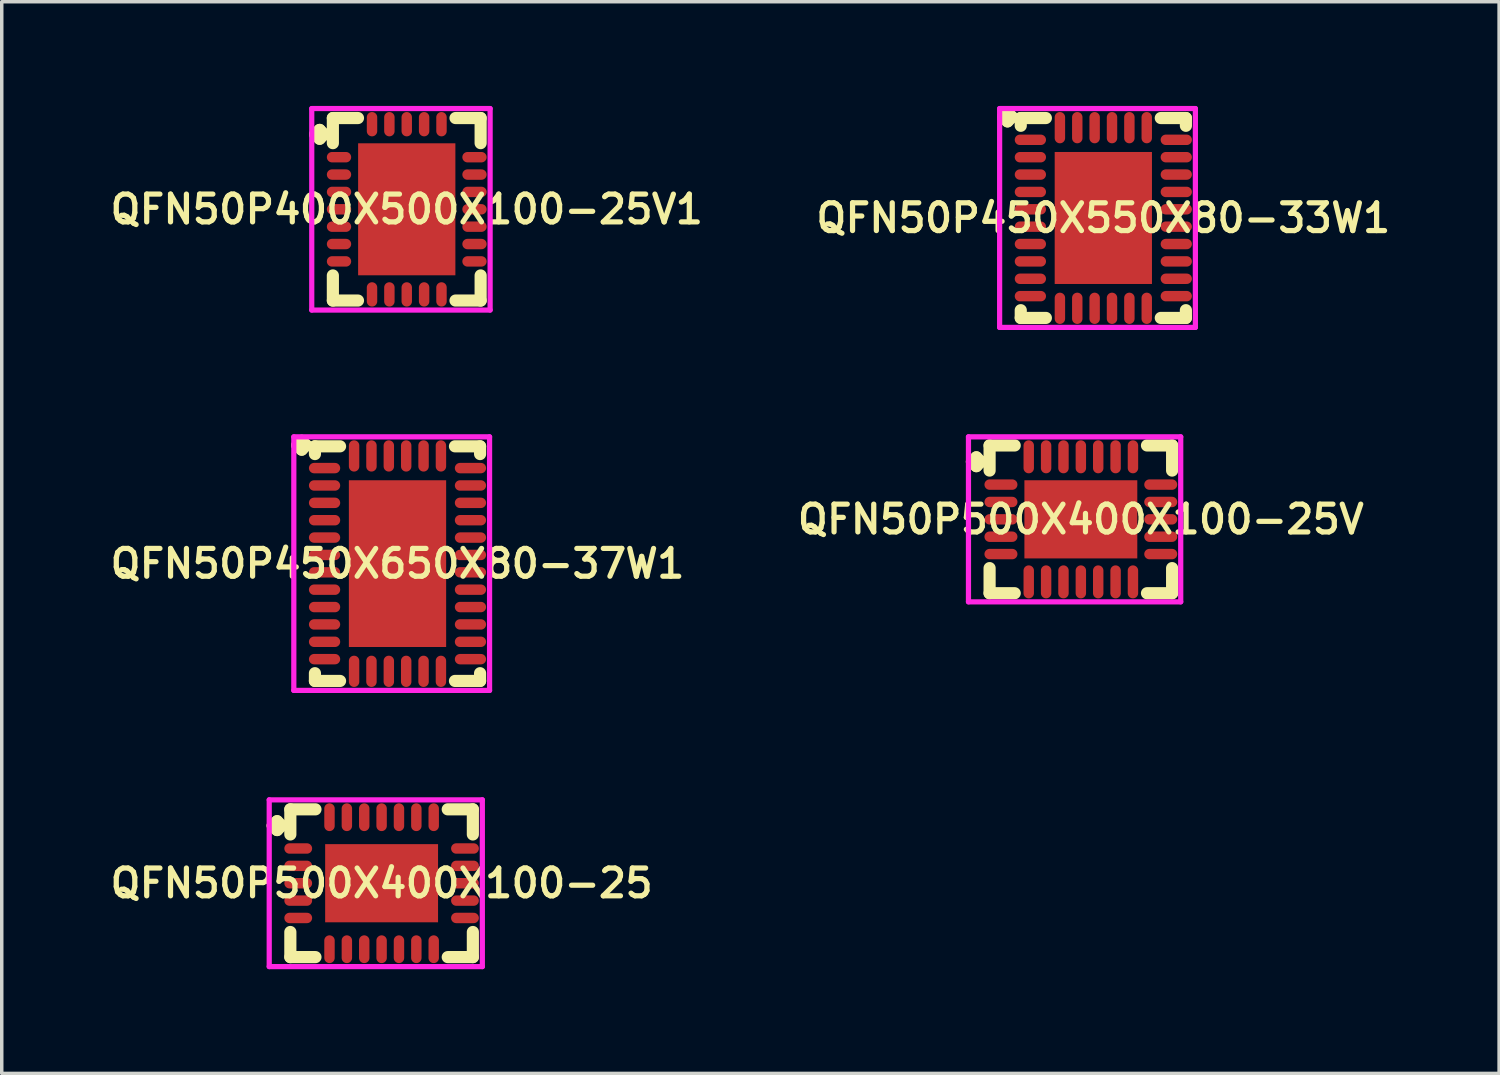
<source format=kicad_pcb>
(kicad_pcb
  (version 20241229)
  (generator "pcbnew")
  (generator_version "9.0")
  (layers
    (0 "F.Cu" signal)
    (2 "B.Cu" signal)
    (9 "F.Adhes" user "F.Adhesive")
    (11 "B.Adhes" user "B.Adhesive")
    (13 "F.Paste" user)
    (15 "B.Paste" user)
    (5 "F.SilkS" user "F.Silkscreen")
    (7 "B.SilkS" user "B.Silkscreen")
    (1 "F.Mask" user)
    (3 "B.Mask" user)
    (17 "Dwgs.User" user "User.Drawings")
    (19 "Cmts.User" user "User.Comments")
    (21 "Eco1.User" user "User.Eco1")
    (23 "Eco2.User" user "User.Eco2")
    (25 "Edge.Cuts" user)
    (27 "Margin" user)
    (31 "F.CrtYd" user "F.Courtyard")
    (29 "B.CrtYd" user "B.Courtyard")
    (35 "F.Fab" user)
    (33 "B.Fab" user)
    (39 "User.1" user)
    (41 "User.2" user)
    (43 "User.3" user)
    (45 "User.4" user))
  (footprint "QFN50P450X650X80-37W1"
    (layer "F.Cu")
    (at 8.393 13.175)
    (property "Reference" "QFN50P450X650X80-37W1" (at 0 0 0) (layer "F.SilkS") (effects (font (size 0.8 0.8) (thickness 0.15))))
    (attr smd)
    (fp_line (start -2.885 -3.408) (end -2.758 -3.535) (stroke (width 0.35) (type solid)) (layer "F.SilkS"))
    (fp_line (start -2.758 -3.535) (end -2.631 -3.408) (stroke (width 0.35) (type solid)) (layer "F.SilkS"))
    (fp_line (start -2.758 -3.281) (end -2.885 -3.408) (stroke (width 0.35) (type solid)) (layer "F.SilkS"))
    (fp_line (start -2.631 -3.408) (end -2.758 -3.281) (stroke (width 0.35) (type solid)) (layer "F.SilkS"))
    (fp_line (start -2.377 -3.377) (end -1.654 -3.377) (stroke (width 0.35) (type solid)) (layer "F.SilkS"))
    (fp_line (start -2.377 -3.154) (end -2.377 -3.377) (stroke (width 0.35) (type solid)) (layer "F.SilkS"))
    (fp_line (start -2.377 3.154) (end -2.377 3.377) (stroke (width 0.35) (type solid)) (layer "F.SilkS"))
    (fp_line (start -2.377 3.377) (end -1.654 3.377) (stroke (width 0.35) (type solid)) (layer "F.SilkS"))
    (fp_line (start 1.654 -3.377) (end 2.377 -3.377) (stroke (width 0.35) (type solid)) (layer "F.SilkS"))
    (fp_line (start 1.654 3.377) (end 2.377 3.377) (stroke (width 0.35) (type solid)) (layer "F.SilkS"))
    (fp_line (start 2.377 -3.377) (end 2.377 -3.154) (stroke (width 0.35) (type solid)) (layer "F.SilkS"))
    (fp_line (start 2.377 3.377) (end 2.377 3.154) (stroke (width 0.35) (type solid)) (layer "F.SilkS"))
    (fp_line (start -2.985 -3.65) (end 2.65 -3.65) (stroke (width 0.15) (type solid)) (layer "F.CrtYd"))
    (fp_line (start -2.985 3.65) (end -2.985 -3.65) (stroke (width 0.15) (type solid)) (layer "F.CrtYd"))
    (fp_line (start 2.65 -3.65) (end 2.65 3.65) (stroke (width 0.15) (type solid)) (layer "F.CrtYd"))
    (fp_line (start 2.65 3.65) (end -2.985 3.65) (stroke (width 0.15) (type solid)) (layer "F.CrtYd"))
    (pad "1" smd oval (at -2.1 -2.75) (size 0.9 0.3) (layers "F.Cu" "F.Mask" "F.Paste"))
    (pad "2" smd oval (at -2.1 -2.25) (size 0.9 0.3) (layers "F.Cu" "F.Mask" "F.Paste"))
    (pad "3" smd oval (at -2.1 -1.75) (size 0.9 0.3) (layers "F.Cu" "F.Mask" "F.Paste"))
    (pad "4" smd oval (at -2.1 -1.25) (size 0.9 0.3) (layers "F.Cu" "F.Mask" "F.Paste"))
    (pad "5" smd oval (at -2.1 -0.75) (size 0.9 0.3) (layers "F.Cu" "F.Mask" "F.Paste"))
    (pad "6" smd oval (at -2.1 -0.25) (size 0.9 0.3) (layers "F.Cu" "F.Mask" "F.Paste"))
    (pad "7" smd oval (at -2.1 0.25) (size 0.9 0.3) (layers "F.Cu" "F.Mask" "F.Paste"))
    (pad "8" smd oval (at -2.1 0.75) (size 0.9 0.3) (layers "F.Cu" "F.Mask" "F.Paste"))
    (pad "9" smd oval (at -2.1 1.25) (size 0.9 0.3) (layers "F.Cu" "F.Mask" "F.Paste"))
    (pad "10" smd oval (at -2.1 1.75) (size 0.9 0.3) (layers "F.Cu" "F.Mask" "F.Paste"))
    (pad "11" smd oval (at -2.1 2.25) (size 0.9 0.3) (layers "F.Cu" "F.Mask" "F.Paste"))
    (pad "12" smd oval (at -2.1 2.75) (size 0.9 0.3) (layers "F.Cu" "F.Mask" "F.Paste"))
    (pad "13" smd oval (at -1.25 3.1) (size 0.3 0.9) (layers "F.Cu" "F.Mask" "F.Paste"))
    (pad "14" smd oval (at -0.75 3.1) (size 0.3 0.9) (layers "F.Cu" "F.Mask" "F.Paste"))
    (pad "15" smd oval (at -0.25 3.1) (size 0.3 0.9) (layers "F.Cu" "F.Mask" "F.Paste"))
    (pad "16" smd oval (at 0.25 3.1) (size 0.3 0.9) (layers "F.Cu" "F.Mask" "F.Paste"))
    (pad "17" smd oval (at 0.75 3.1) (size 0.3 0.9) (layers "F.Cu" "F.Mask" "F.Paste"))
    (pad "18" smd oval (at 1.25 3.1) (size 0.3 0.9) (layers "F.Cu" "F.Mask" "F.Paste"))
    (pad "19" smd oval (at 2.1 2.75) (size 0.9 0.3) (layers "F.Cu" "F.Mask" "F.Paste"))
    (pad "20" smd oval (at 2.1 2.25) (size 0.9 0.3) (layers "F.Cu" "F.Mask" "F.Paste"))
    (pad "21" smd oval (at 2.1 1.75) (size 0.9 0.3) (layers "F.Cu" "F.Mask" "F.Paste"))
    (pad "22" smd oval (at 2.1 1.25) (size 0.9 0.3) (layers "F.Cu" "F.Mask" "F.Paste"))
    (pad "23" smd oval (at 2.1 0.75) (size 0.9 0.3) (layers "F.Cu" "F.Mask" "F.Paste"))
    (pad "24" smd oval (at 2.1 0.25) (size 0.9 0.3) (layers "F.Cu" "F.Mask" "F.Paste"))
    (pad "25" smd oval (at 2.1 -0.25) (size 0.9 0.3) (layers "F.Cu" "F.Mask" "F.Paste"))
    (pad "26" smd oval (at 2.1 -0.75) (size 0.9 0.3) (layers "F.Cu" "F.Mask" "F.Paste"))
    (pad "27" smd oval (at 2.1 -1.25) (size 0.9 0.3) (layers "F.Cu" "F.Mask" "F.Paste"))
    (pad "28" smd oval (at 2.1 -1.75) (size 0.9 0.3) (layers "F.Cu" "F.Mask" "F.Paste"))
    (pad "29" smd oval (at 2.1 -2.25) (size 0.9 0.3) (layers "F.Cu" "F.Mask" "F.Paste"))
    (pad "30" smd oval (at 2.1 -2.75) (size 0.9 0.3) (layers "F.Cu" "F.Mask" "F.Paste"))
    (pad "31" smd oval (at 1.25 -3.1) (size 0.3 0.9) (layers "F.Cu" "F.Mask" "F.Paste"))
    (pad "32" smd oval (at 0.75 -3.1) (size 0.3 0.9) (layers "F.Cu" "F.Mask" "F.Paste"))
    (pad "33" smd oval (at 0.25 -3.1) (size 0.3 0.9) (layers "F.Cu" "F.Mask" "F.Paste"))
    (pad "34" smd oval (at -0.25 -3.1) (size 0.3 0.9) (layers "F.Cu" "F.Mask" "F.Paste"))
    (pad "35" smd oval (at -0.75 -3.1) (size 0.3 0.9) (layers "F.Cu" "F.Mask" "F.Paste"))
    (pad "36" smd oval (at -1.25 -3.1) (size 0.3 0.9) (layers "F.Cu" "F.Mask" "F.Paste"))
    (pad "37" smd rect (at 0 0) (size 2.8 4.8) (layers "F.Cu" "F.Mask" "F.Paste")))
  (footprint "QFN50P400X500X100-25V1"
    (layer "F.Cu")
    (at 8.659 2.975)
    (property "Reference" "QFN50P400X500X100-25V1" (at 0 0 0) (layer "F.SilkS") (effects (font (size 0.8 0.8) (thickness 0.15))))
    (attr smd)
    (fp_line (start -2.635 -2.158) (end -2.508 -2.285) (stroke (width 0.35) (type solid)) (layer "F.SilkS"))
    (fp_line (start -2.508 -2.285) (end -2.381 -2.158) (stroke (width 0.35) (type solid)) (layer "F.SilkS"))
    (fp_line (start -2.508 -2.031) (end -2.635 -2.158) (stroke (width 0.35) (type solid)) (layer "F.SilkS"))
    (fp_line (start -2.381 -2.158) (end -2.508 -2.031) (stroke (width 0.35) (type solid)) (layer "F.SilkS"))
    (fp_line (start -2.127 -2.627) (end -1.404 -2.627) (stroke (width 0.35) (type solid)) (layer "F.SilkS"))
    (fp_line (start -2.127 -1.904) (end -2.127 -2.627) (stroke (width 0.35) (type solid)) (layer "F.SilkS"))
    (fp_line (start -2.127 1.904) (end -2.127 2.627) (stroke (width 0.35) (type solid)) (layer "F.SilkS"))
    (fp_line (start -2.127 2.627) (end -1.404 2.627) (stroke (width 0.35) (type solid)) (layer "F.SilkS"))
    (fp_line (start 1.404 -2.627) (end 2.127 -2.627) (stroke (width 0.35) (type solid)) (layer "F.SilkS"))
    (fp_line (start 1.404 2.627) (end 2.127 2.627) (stroke (width 0.35) (type solid)) (layer "F.SilkS"))
    (fp_line (start 2.127 -2.627) (end 2.127 -1.904) (stroke (width 0.35) (type solid)) (layer "F.SilkS"))
    (fp_line (start 2.127 2.627) (end 2.127 1.904) (stroke (width 0.35) (type solid)) (layer "F.SilkS"))
    (fp_line (start -2.735 -2.9) (end 2.4 -2.9) (stroke (width 0.15) (type solid)) (layer "F.CrtYd"))
    (fp_line (start -2.735 2.9) (end -2.735 -2.9) (stroke (width 0.15) (type solid)) (layer "F.CrtYd"))
    (fp_line (start 2.4 -2.9) (end 2.4 2.9) (stroke (width 0.15) (type solid)) (layer "F.CrtYd"))
    (fp_line (start 2.4 2.9) (end -2.735 2.9) (stroke (width 0.15) (type solid)) (layer "F.CrtYd"))
    (pad "1" smd oval (at -1.95 -1.5) (size 0.7 0.3) (layers "F.Cu" "F.Mask" "F.Paste"))
    (pad "2" smd oval (at -1.95 -1) (size 0.7 0.3) (layers "F.Cu" "F.Mask" "F.Paste"))
    (pad "3" smd oval (at -1.95 -0.5) (size 0.7 0.3) (layers "F.Cu" "F.Mask" "F.Paste"))
    (pad "4" smd oval (at -1.95 0) (size 0.7 0.3) (layers "F.Cu" "F.Mask" "F.Paste"))
    (pad "5" smd oval (at -1.95 0.5) (size 0.7 0.3) (layers "F.Cu" "F.Mask" "F.Paste"))
    (pad "6" smd oval (at -1.95 1) (size 0.7 0.3) (layers "F.Cu" "F.Mask" "F.Paste"))
    (pad "7" smd oval (at -1.95 1.5) (size 0.7 0.3) (layers "F.Cu" "F.Mask" "F.Paste"))
    (pad "8" smd oval (at -1 2.45) (size 0.3 0.7) (layers "F.Cu" "F.Mask" "F.Paste"))
    (pad "9" smd oval (at -0.5 2.45) (size 0.3 0.7) (layers "F.Cu" "F.Mask" "F.Paste"))
    (pad "10" smd oval (at 0 2.45) (size 0.3 0.7) (layers "F.Cu" "F.Mask" "F.Paste"))
    (pad "11" smd oval (at 0.5 2.45) (size 0.3 0.7) (layers "F.Cu" "F.Mask" "F.Paste"))
    (pad "12" smd oval (at 1 2.45) (size 0.3 0.7) (layers "F.Cu" "F.Mask" "F.Paste"))
    (pad "13" smd oval (at 1.95 1.5) (size 0.7 0.3) (layers "F.Cu" "F.Mask" "F.Paste"))
    (pad "14" smd oval (at 1.95 1) (size 0.7 0.3) (layers "F.Cu" "F.Mask" "F.Paste"))
    (pad "15" smd oval (at 1.95 0.5) (size 0.7 0.3) (layers "F.Cu" "F.Mask" "F.Paste"))
    (pad "16" smd oval (at 1.95 0) (size 0.7 0.3) (layers "F.Cu" "F.Mask" "F.Paste"))
    (pad "17" smd oval (at 1.95 -0.5) (size 0.7 0.3) (layers "F.Cu" "F.Mask" "F.Paste"))
    (pad "18" smd oval (at 1.95 -1) (size 0.7 0.3) (layers "F.Cu" "F.Mask" "F.Paste"))
    (pad "19" smd oval (at 1.95 -1.5) (size 0.7 0.3) (layers "F.Cu" "F.Mask" "F.Paste"))
    (pad "20" smd oval (at 1 -2.45) (size 0.3 0.7) (layers "F.Cu" "F.Mask" "F.Paste"))
    (pad "21" smd oval (at 0.5 -2.45) (size 0.3 0.7) (layers "F.Cu" "F.Mask" "F.Paste"))
    (pad "22" smd oval (at 0 -2.45) (size 0.3 0.7) (layers "F.Cu" "F.Mask" "F.Paste"))
    (pad "23" smd oval (at -0.5 -2.45) (size 0.3 0.7) (layers "F.Cu" "F.Mask" "F.Paste"))
    (pad "24" smd oval (at -1 -2.45) (size 0.3 0.7) (layers "F.Cu" "F.Mask" "F.Paste"))
    (pad "25" smd rect (at 0 0) (size 2.8 3.8) (layers "F.Cu" "F.Mask" "F.Paste")))
  (footprint "QFN50P500X400X100-25"
    (layer "F.Cu")
    (at 7.935 22.375)
    (property "Reference" "QFN50P500X400X100-25" (at 0 0 0) (layer "F.SilkS") (effects (font (size 0.8 0.8) (thickness 0.15))))
    (attr smd)
    (fp_line (start -3.135 -1.658) (end -3.008 -1.785) (stroke (width 0.35) (type solid)) (layer "F.SilkS"))
    (fp_line (start -3.008 -1.785) (end -2.881 -1.658) (stroke (width 0.35) (type solid)) (layer "F.SilkS"))
    (fp_line (start -3.008 -1.531) (end -3.135 -1.658) (stroke (width 0.35) (type solid)) (layer "F.SilkS"))
    (fp_line (start -2.881 -1.658) (end -3.008 -1.531) (stroke (width 0.35) (type solid)) (layer "F.SilkS"))
    (fp_line (start -2.627 -2.127) (end -1.904 -2.127) (stroke (width 0.35) (type solid)) (layer "F.SilkS"))
    (fp_line (start -2.627 -1.404) (end -2.627 -2.127) (stroke (width 0.35) (type solid)) (layer "F.SilkS"))
    (fp_line (start -2.627 1.404) (end -2.627 2.127) (stroke (width 0.35) (type solid)) (layer "F.SilkS"))
    (fp_line (start -2.627 2.127) (end -1.904 2.127) (stroke (width 0.35) (type solid)) (layer "F.SilkS"))
    (fp_line (start 1.904 -2.127) (end 2.627 -2.127) (stroke (width 0.35) (type solid)) (layer "F.SilkS"))
    (fp_line (start 1.904 2.127) (end 2.627 2.127) (stroke (width 0.35) (type solid)) (layer "F.SilkS"))
    (fp_line (start 2.627 -2.127) (end 2.627 -1.404) (stroke (width 0.35) (type solid)) (layer "F.SilkS"))
    (fp_line (start 2.627 2.127) (end 2.627 1.404) (stroke (width 0.35) (type solid)) (layer "F.SilkS"))
    (fp_line (start -3.235 -2.4) (end 2.9 -2.4) (stroke (width 0.15) (type solid)) (layer "F.CrtYd"))
    (fp_line (start -3.235 2.4) (end -3.235 -2.4) (stroke (width 0.15) (type solid)) (layer "F.CrtYd"))
    (fp_line (start 2.9 -2.4) (end 2.9 2.4) (stroke (width 0.15) (type solid)) (layer "F.CrtYd"))
    (fp_line (start 2.9 2.4) (end -3.235 2.4) (stroke (width 0.15) (type solid)) (layer "F.CrtYd"))
    (pad "1" smd oval (at -2.4 -1) (size 0.8 0.3) (layers "F.Cu" "F.Mask" "F.Paste"))
    (pad "2" smd oval (at -2.4 -0.5) (size 0.8 0.3) (layers "F.Cu" "F.Mask" "F.Paste"))
    (pad "3" smd oval (at -2.4 0) (size 0.8 0.3) (layers "F.Cu" "F.Mask" "F.Paste"))
    (pad "4" smd oval (at -2.4 0.5) (size 0.8 0.3) (layers "F.Cu" "F.Mask" "F.Paste"))
    (pad "5" smd oval (at -2.4 1) (size 0.8 0.3) (layers "F.Cu" "F.Mask" "F.Paste"))
    (pad "6" smd oval (at -1.5 1.9) (size 0.3 0.8) (layers "F.Cu" "F.Mask" "F.Paste"))
    (pad "7" smd oval (at -1 1.9) (size 0.3 0.8) (layers "F.Cu" "F.Mask" "F.Paste"))
    (pad "8" smd oval (at -0.5 1.9) (size 0.3 0.8) (layers "F.Cu" "F.Mask" "F.Paste"))
    (pad "9" smd oval (at 0 1.9) (size 0.3 0.8) (layers "F.Cu" "F.Mask" "F.Paste"))
    (pad "10" smd oval (at 0.5 1.9) (size 0.3 0.8) (layers "F.Cu" "F.Mask" "F.Paste"))
    (pad "11" smd oval (at 1 1.9) (size 0.3 0.8) (layers "F.Cu" "F.Mask" "F.Paste"))
    (pad "12" smd oval (at 1.5 1.9) (size 0.3 0.8) (layers "F.Cu" "F.Mask" "F.Paste"))
    (pad "13" smd oval (at 2.4 1) (size 0.8 0.3) (layers "F.Cu" "F.Mask" "F.Paste"))
    (pad "14" smd oval (at 2.4 0.5) (size 0.8 0.3) (layers "F.Cu" "F.Mask" "F.Paste"))
    (pad "15" smd oval (at 2.4 0) (size 0.8 0.3) (layers "F.Cu" "F.Mask" "F.Paste"))
    (pad "16" smd oval (at 2.4 -0.5) (size 0.8 0.3) (layers "F.Cu" "F.Mask" "F.Paste"))
    (pad "17" smd oval (at 2.4 -1) (size 0.8 0.3) (layers "F.Cu" "F.Mask" "F.Paste"))
    (pad "18" smd oval (at 1.5 -1.9) (size 0.3 0.8) (layers "F.Cu" "F.Mask" "F.Paste"))
    (pad "19" smd oval (at 1 -1.9) (size 0.3 0.8) (layers "F.Cu" "F.Mask" "F.Paste"))
    (pad "20" smd oval (at 0.5 -1.9) (size 0.3 0.8) (layers "F.Cu" "F.Mask" "F.Paste"))
    (pad "21" smd oval (at 0 -1.9) (size 0.3 0.8) (layers "F.Cu" "F.Mask" "F.Paste"))
    (pad "22" smd oval (at -0.5 -1.9) (size 0.3 0.8) (layers "F.Cu" "F.Mask" "F.Paste"))
    (pad "23" smd oval (at -1 -1.9) (size 0.3 0.8) (layers "F.Cu" "F.Mask" "F.Paste"))
    (pad "24" smd oval (at -1.5 -1.9) (size 0.3 0.8) (layers "F.Cu" "F.Mask" "F.Paste"))
    (pad "25" smd rect (at 0 0) (size 3.25 2.25) (layers "F.Cu" "F.Mask" "F.Paste")))
  (footprint "QFN50P450X550X80-33W1"
    (layer "F.Cu")
    (at 28.711 3.225)
    (property "Reference" "QFN50P450X550X80-33W1" (at 0 0 0) (layer "F.SilkS") (effects (font (size 0.8 0.8) (thickness 0.15))))
    (attr smd)
    (fp_line (start -2.885 -2.908) (end -2.758 -3.035) (stroke (width 0.35) (type solid)) (layer "F.SilkS"))
    (fp_line (start -2.758 -3.035) (end -2.631 -2.908) (stroke (width 0.35) (type solid)) (layer "F.SilkS"))
    (fp_line (start -2.758 -2.781) (end -2.885 -2.908) (stroke (width 0.35) (type solid)) (layer "F.SilkS"))
    (fp_line (start -2.631 -2.908) (end -2.758 -2.781) (stroke (width 0.35) (type solid)) (layer "F.SilkS"))
    (fp_line (start -2.377 -2.877) (end -1.654 -2.877) (stroke (width 0.35) (type solid)) (layer "F.SilkS"))
    (fp_line (start -2.377 -2.654) (end -2.377 -2.877) (stroke (width 0.35) (type solid)) (layer "F.SilkS"))
    (fp_line (start -2.377 2.654) (end -2.377 2.877) (stroke (width 0.35) (type solid)) (layer "F.SilkS"))
    (fp_line (start -2.377 2.877) (end -1.654 2.877) (stroke (width 0.35) (type solid)) (layer "F.SilkS"))
    (fp_line (start 1.654 -2.877) (end 2.377 -2.877) (stroke (width 0.35) (type solid)) (layer "F.SilkS"))
    (fp_line (start 1.654 2.877) (end 2.377 2.877) (stroke (width 0.35) (type solid)) (layer "F.SilkS"))
    (fp_line (start 2.377 -2.877) (end 2.377 -2.654) (stroke (width 0.35) (type solid)) (layer "F.SilkS"))
    (fp_line (start 2.377 2.877) (end 2.377 2.654) (stroke (width 0.35) (type solid)) (layer "F.SilkS"))
    (fp_line (start -2.985 -3.15) (end 2.65 -3.15) (stroke (width 0.15) (type solid)) (layer "F.CrtYd"))
    (fp_line (start -2.985 3.15) (end -2.985 -3.15) (stroke (width 0.15) (type solid)) (layer "F.CrtYd"))
    (fp_line (start 2.65 -3.15) (end 2.65 3.15) (stroke (width 0.15) (type solid)) (layer "F.CrtYd"))
    (fp_line (start 2.65 3.15) (end -2.985 3.15) (stroke (width 0.15) (type solid)) (layer "F.CrtYd"))
    (pad "1" smd oval (at -2.1 -2.25) (size 0.9 0.3) (layers "F.Cu" "F.Mask" "F.Paste"))
    (pad "2" smd oval (at -2.1 -1.75) (size 0.9 0.3) (layers "F.Cu" "F.Mask" "F.Paste"))
    (pad "3" smd oval (at -2.1 -1.25) (size 0.9 0.3) (layers "F.Cu" "F.Mask" "F.Paste"))
    (pad "4" smd oval (at -2.1 -0.75) (size 0.9 0.3) (layers "F.Cu" "F.Mask" "F.Paste"))
    (pad "5" smd oval (at -2.1 -0.25) (size 0.9 0.3) (layers "F.Cu" "F.Mask" "F.Paste"))
    (pad "6" smd oval (at -2.1 0.25) (size 0.9 0.3) (layers "F.Cu" "F.Mask" "F.Paste"))
    (pad "7" smd oval (at -2.1 0.75) (size 0.9 0.3) (layers "F.Cu" "F.Mask" "F.Paste"))
    (pad "8" smd oval (at -2.1 1.25) (size 0.9 0.3) (layers "F.Cu" "F.Mask" "F.Paste"))
    (pad "9" smd oval (at -2.1 1.75) (size 0.9 0.3) (layers "F.Cu" "F.Mask" "F.Paste"))
    (pad "10" smd oval (at -2.1 2.25) (size 0.9 0.3) (layers "F.Cu" "F.Mask" "F.Paste"))
    (pad "11" smd oval (at -1.25 2.6) (size 0.3 0.9) (layers "F.Cu" "F.Mask" "F.Paste"))
    (pad "12" smd oval (at -0.75 2.6) (size 0.3 0.9) (layers "F.Cu" "F.Mask" "F.Paste"))
    (pad "13" smd oval (at -0.25 2.6) (size 0.3 0.9) (layers "F.Cu" "F.Mask" "F.Paste"))
    (pad "14" smd oval (at 0.25 2.6) (size 0.3 0.9) (layers "F.Cu" "F.Mask" "F.Paste"))
    (pad "15" smd oval (at 0.75 2.6) (size 0.3 0.9) (layers "F.Cu" "F.Mask" "F.Paste"))
    (pad "16" smd oval (at 1.25 2.6) (size 0.3 0.9) (layers "F.Cu" "F.Mask" "F.Paste"))
    (pad "17" smd oval (at 2.1 2.25) (size 0.9 0.3) (layers "F.Cu" "F.Mask" "F.Paste"))
    (pad "18" smd oval (at 2.1 1.75) (size 0.9 0.3) (layers "F.Cu" "F.Mask" "F.Paste"))
    (pad "19" smd oval (at 2.1 1.25) (size 0.9 0.3) (layers "F.Cu" "F.Mask" "F.Paste"))
    (pad "20" smd oval (at 2.1 0.75) (size 0.9 0.3) (layers "F.Cu" "F.Mask" "F.Paste"))
    (pad "21" smd oval (at 2.1 0.25) (size 0.9 0.3) (layers "F.Cu" "F.Mask" "F.Paste"))
    (pad "22" smd oval (at 2.1 -0.25) (size 0.9 0.3) (layers "F.Cu" "F.Mask" "F.Paste"))
    (pad "23" smd oval (at 2.1 -0.75) (size 0.9 0.3) (layers "F.Cu" "F.Mask" "F.Paste"))
    (pad "24" smd oval (at 2.1 -1.25) (size 0.9 0.3) (layers "F.Cu" "F.Mask" "F.Paste"))
    (pad "25" smd oval (at 2.1 -1.75) (size 0.9 0.3) (layers "F.Cu" "F.Mask" "F.Paste"))
    (pad "26" smd oval (at 2.1 -2.25) (size 0.9 0.3) (layers "F.Cu" "F.Mask" "F.Paste"))
    (pad "27" smd oval (at 1.25 -2.6) (size 0.3 0.9) (layers "F.Cu" "F.Mask" "F.Paste"))
    (pad "28" smd oval (at 0.75 -2.6) (size 0.3 0.9) (layers "F.Cu" "F.Mask" "F.Paste"))
    (pad "29" smd oval (at 0.25 -2.6) (size 0.3 0.9) (layers "F.Cu" "F.Mask" "F.Paste"))
    (pad "30" smd oval (at -0.25 -2.6) (size 0.3 0.9) (layers "F.Cu" "F.Mask" "F.Paste"))
    (pad "31" smd oval (at -0.75 -2.6) (size 0.3 0.9) (layers "F.Cu" "F.Mask" "F.Paste"))
    (pad "32" smd oval (at -1.25 -2.6) (size 0.3 0.9) (layers "F.Cu" "F.Mask" "F.Paste"))
    (pad "33" smd rect (at 0 0) (size 2.8 3.8) (layers "F.Cu" "F.Mask" "F.Paste")))
  (footprint "QFN50P500X400X100-25V"
    (layer "F.Cu")
    (at 28.064 11.9)
    (property "Reference" "QFN50P500X400X100-25V" (at 0 0 0) (layer "F.SilkS") (effects (font (size 0.8 0.8) (thickness 0.15))))
    (attr smd)
    (fp_line (start -3.135 -1.658) (end -3.008 -1.785) (stroke (width 0.35) (type solid)) (layer "F.SilkS"))
    (fp_line (start -3.008 -1.785) (end -2.881 -1.658) (stroke (width 0.35) (type solid)) (layer "F.SilkS"))
    (fp_line (start -3.008 -1.531) (end -3.135 -1.658) (stroke (width 0.35) (type solid)) (layer "F.SilkS"))
    (fp_line (start -2.881 -1.658) (end -3.008 -1.531) (stroke (width 0.35) (type solid)) (layer "F.SilkS"))
    (fp_line (start -2.627 -2.127) (end -1.904 -2.127) (stroke (width 0.35) (type solid)) (layer "F.SilkS"))
    (fp_line (start -2.627 -1.404) (end -2.627 -2.127) (stroke (width 0.35) (type solid)) (layer "F.SilkS"))
    (fp_line (start -2.627 1.404) (end -2.627 2.127) (stroke (width 0.35) (type solid)) (layer "F.SilkS"))
    (fp_line (start -2.627 2.127) (end -1.904 2.127) (stroke (width 0.35) (type solid)) (layer "F.SilkS"))
    (fp_line (start 1.904 -2.127) (end 2.627 -2.127) (stroke (width 0.35) (type solid)) (layer "F.SilkS"))
    (fp_line (start 1.904 2.127) (end 2.627 2.127) (stroke (width 0.35) (type solid)) (layer "F.SilkS"))
    (fp_line (start 2.627 -2.127) (end 2.627 -1.404) (stroke (width 0.35) (type solid)) (layer "F.SilkS"))
    (fp_line (start 2.627 2.127) (end 2.627 1.404) (stroke (width 0.35) (type solid)) (layer "F.SilkS"))
    (fp_line (start -3.235 -2.375) (end 2.875 -2.375) (stroke (width 0.15) (type solid)) (layer "F.CrtYd"))
    (fp_line (start -3.235 2.375) (end -3.235 -2.375) (stroke (width 0.15) (type solid)) (layer "F.CrtYd"))
    (fp_line (start 2.875 -2.375) (end 2.875 2.375) (stroke (width 0.15) (type solid)) (layer "F.CrtYd"))
    (fp_line (start 2.875 2.375) (end -3.235 2.375) (stroke (width 0.15) (type solid)) (layer "F.CrtYd"))
    (pad "1" smd oval (at -2.3 -1) (size 0.95 0.3) (layers "F.Cu" "F.Mask" "F.Paste"))
    (pad "2" smd oval (at -2.3 -0.5) (size 0.95 0.3) (layers "F.Cu" "F.Mask" "F.Paste"))
    (pad "3" smd oval (at -2.3 0) (size 0.95 0.3) (layers "F.Cu" "F.Mask" "F.Paste"))
    (pad "4" smd oval (at -2.3 0.5) (size 0.95 0.3) (layers "F.Cu" "F.Mask" "F.Paste"))
    (pad "5" smd oval (at -2.3 1) (size 0.95 0.3) (layers "F.Cu" "F.Mask" "F.Paste"))
    (pad "6" smd oval (at -1.5 1.8) (size 0.3 0.95) (layers "F.Cu" "F.Mask" "F.Paste"))
    (pad "7" smd oval (at -1 1.8) (size 0.3 0.95) (layers "F.Cu" "F.Mask" "F.Paste"))
    (pad "8" smd oval (at -0.5 1.8) (size 0.3 0.95) (layers "F.Cu" "F.Mask" "F.Paste"))
    (pad "9" smd oval (at 0 1.8) (size 0.3 0.95) (layers "F.Cu" "F.Mask" "F.Paste"))
    (pad "10" smd oval (at 0.5 1.8) (size 0.3 0.95) (layers "F.Cu" "F.Mask" "F.Paste"))
    (pad "11" smd oval (at 1 1.8) (size 0.3 0.95) (layers "F.Cu" "F.Mask" "F.Paste"))
    (pad "12" smd oval (at 1.5 1.8) (size 0.3 0.95) (layers "F.Cu" "F.Mask" "F.Paste"))
    (pad "13" smd oval (at 2.3 1) (size 0.95 0.3) (layers "F.Cu" "F.Mask" "F.Paste"))
    (pad "14" smd oval (at 2.3 0.5) (size 0.95 0.3) (layers "F.Cu" "F.Mask" "F.Paste"))
    (pad "15" smd oval (at 2.3 0) (size 0.95 0.3) (layers "F.Cu" "F.Mask" "F.Paste"))
    (pad "16" smd oval (at 2.3 -0.5) (size 0.95 0.3) (layers "F.Cu" "F.Mask" "F.Paste"))
    (pad "17" smd oval (at 2.3 -1) (size 0.95 0.3) (layers "F.Cu" "F.Mask" "F.Paste"))
    (pad "18" smd oval (at 1.5 -1.8) (size 0.3 0.95) (layers "F.Cu" "F.Mask" "F.Paste"))
    (pad "19" smd oval (at 1 -1.8) (size 0.3 0.95) (layers "F.Cu" "F.Mask" "F.Paste"))
    (pad "20" smd oval (at 0.5 -1.8) (size 0.3 0.95) (layers "F.Cu" "F.Mask" "F.Paste"))
    (pad "21" smd oval (at 0 -1.8) (size 0.3 0.95) (layers "F.Cu" "F.Mask" "F.Paste"))
    (pad "22" smd oval (at -0.5 -1.8) (size 0.3 0.95) (layers "F.Cu" "F.Mask" "F.Paste"))
    (pad "23" smd oval (at -1 -1.8) (size 0.3 0.95) (layers "F.Cu" "F.Mask" "F.Paste"))
    (pad "24" smd oval (at -1.5 -1.8) (size 0.3 0.95) (layers "F.Cu" "F.Mask" "F.Paste"))
    (pad "25" smd rect (at 0 0) (size 3.25 2.25) (layers "F.Cu" "F.Mask" "F.Paste")))
  (gr_rect
    (start -3 -3)
    (end 40.104 27.85)
    (stroke (width 0.1) (type default))
    (fill no)
    (layer "Edge.Cuts")))
</source>
